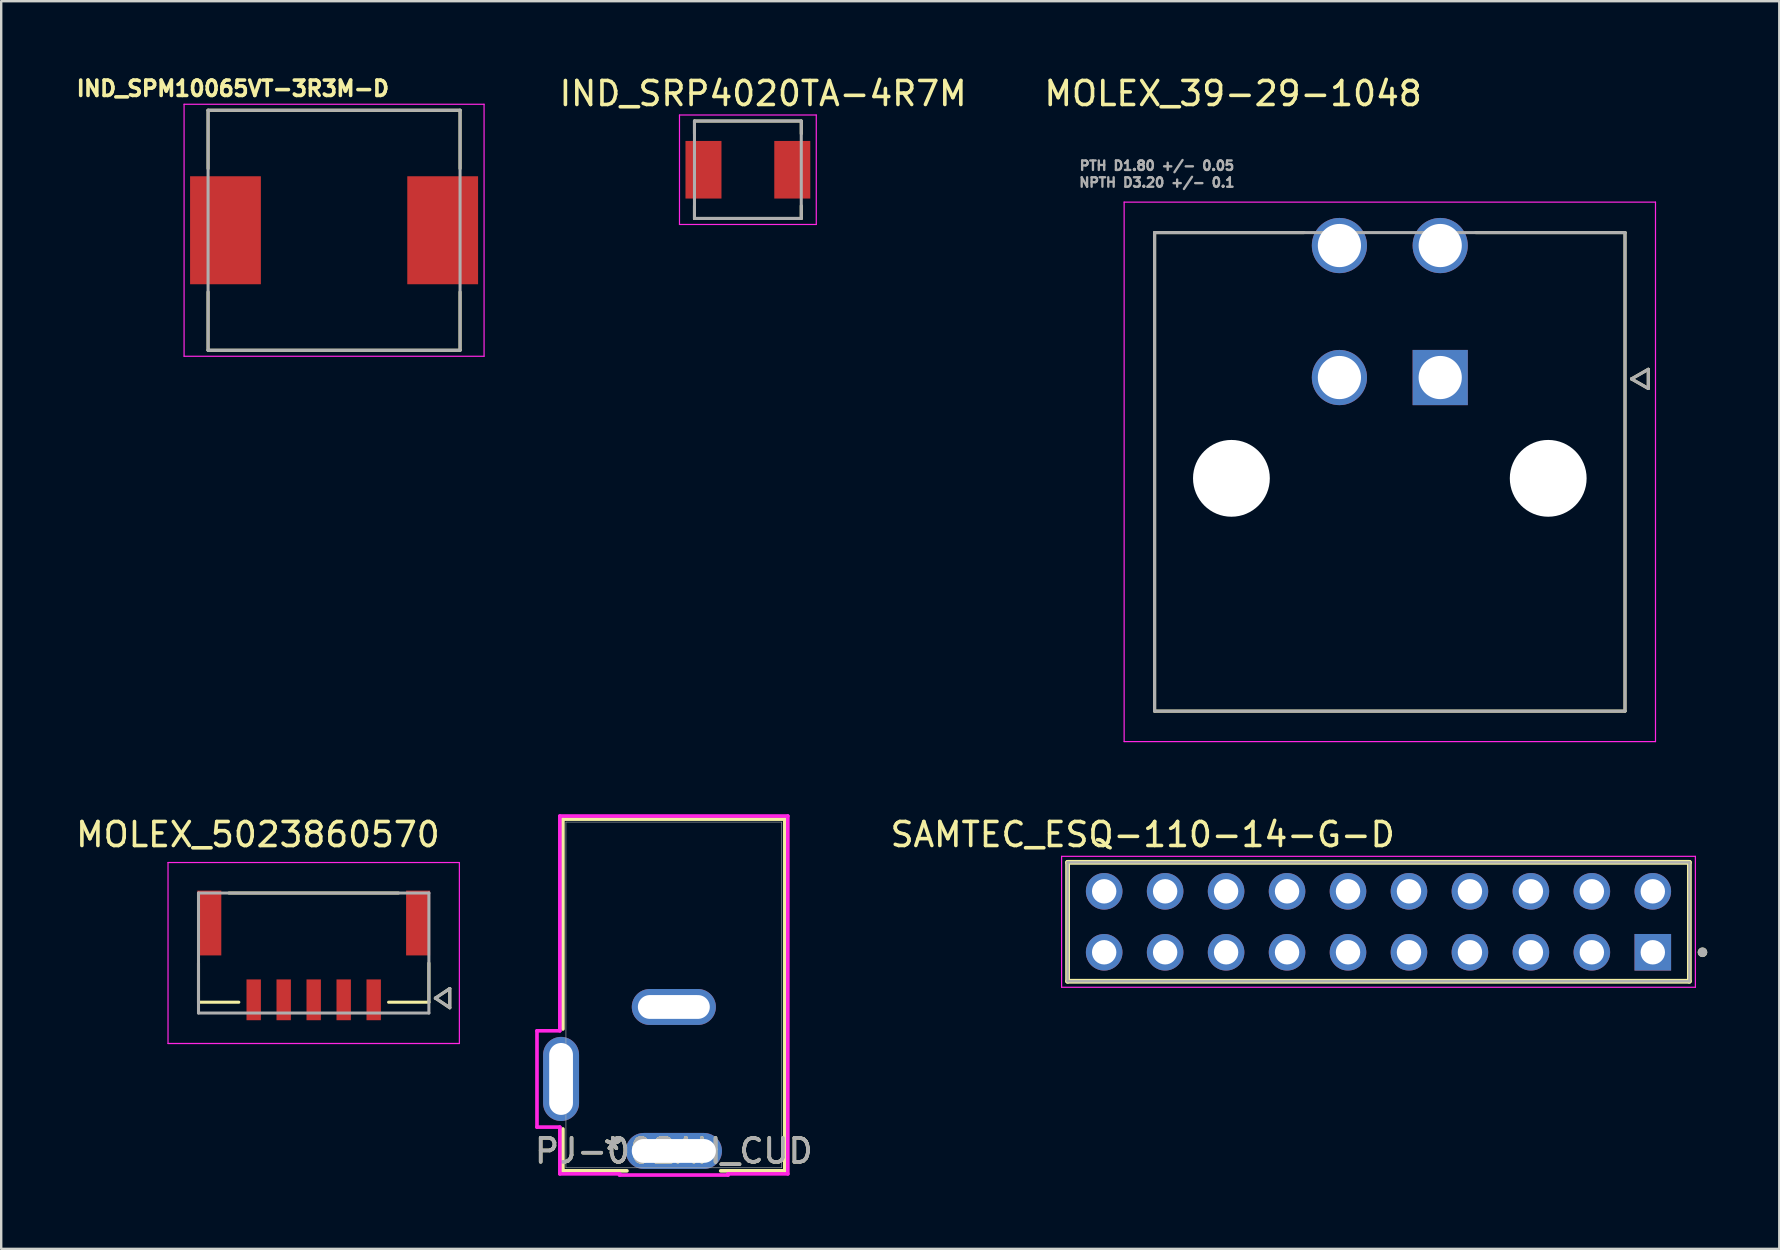
<source format=kicad_pcb>
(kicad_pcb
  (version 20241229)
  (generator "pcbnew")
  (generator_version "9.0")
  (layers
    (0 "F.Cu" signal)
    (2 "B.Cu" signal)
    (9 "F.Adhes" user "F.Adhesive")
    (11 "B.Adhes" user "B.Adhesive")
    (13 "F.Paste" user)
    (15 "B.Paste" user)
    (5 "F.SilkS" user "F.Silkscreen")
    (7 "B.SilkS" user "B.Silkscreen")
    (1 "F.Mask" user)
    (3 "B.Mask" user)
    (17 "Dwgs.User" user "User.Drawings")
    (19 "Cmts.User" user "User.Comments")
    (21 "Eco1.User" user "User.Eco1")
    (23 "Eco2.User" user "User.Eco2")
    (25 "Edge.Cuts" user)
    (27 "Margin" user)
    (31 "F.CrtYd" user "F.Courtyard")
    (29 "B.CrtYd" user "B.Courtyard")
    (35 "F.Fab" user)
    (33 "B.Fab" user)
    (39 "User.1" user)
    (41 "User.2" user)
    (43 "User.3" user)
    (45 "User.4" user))
  (footprint "IND_SRP4020TA-4R7M"
    (layer "F.Cu")
    (at 28.112 4.023)
    (property "Reference" "IND_SRP4020TA-4R7M" (at 0.635 -3.175 0) (layer "F.SilkS") (effects (font (size 1 1) (thickness 0.15))))
    (attr smd)
    (fp_line (start -2.225 -2.03) (end 2.225 -2.03) (stroke (width 0.127) (type solid)) (layer "F.SilkS"))
    (fp_line (start -2.225 -1.5) (end -2.225 -2.03) (stroke (width 0.127) (type solid)) (layer "F.SilkS"))
    (fp_line (start -2.225 2.03) (end -2.225 1.5) (stroke (width 0.127) (type solid)) (layer "F.SilkS"))
    (fp_line (start -2.225 2.03) (end 2.225 2.03) (stroke (width 0.127) (type solid)) (layer "F.SilkS"))
    (fp_line (start 2.225 -2.03) (end 2.225 -1.5) (stroke (width 0.127) (type solid)) (layer "F.SilkS"))
    (fp_line (start 2.225 2.03) (end 2.225 1.5) (stroke (width 0.127) (type solid)) (layer "F.SilkS"))
    (fp_line (start -2.85 -2.28) (end 2.85 -2.28) (stroke (width 0.05) (type solid)) (layer "F.CrtYd"))
    (fp_line (start -2.85 2.28) (end -2.85 -2.28) (stroke (width 0.05) (type solid)) (layer "F.CrtYd"))
    (fp_line (start 2.85 -2.28) (end 2.85 2.28) (stroke (width 0.05) (type solid)) (layer "F.CrtYd"))
    (fp_line (start 2.85 2.28) (end -2.85 2.28) (stroke (width 0.05) (type solid)) (layer "F.CrtYd"))
    (fp_line (start -2.225 -2.03) (end 2.225 -2.03) (stroke (width 0.127) (type solid)) (layer "F.Fab"))
    (fp_line (start -2.225 2.03) (end -2.225 -2.03) (stroke (width 0.127) (type solid)) (layer "F.Fab"))
    (fp_line (start 2.225 -2.03) (end 2.225 2.03) (stroke (width 0.127) (type solid)) (layer "F.Fab"))
    (fp_line (start 2.225 2.03) (end -2.225 2.03) (stroke (width 0.127) (type solid)) (layer "F.Fab"))
    (pad "1" smd rect (at -1.85 0) (size 1.5 2.4) (layers "F.Cu" "F.Mask" "F.Paste"))
    (pad "2" smd rect (at 1.85 0) (size 1.5 2.4) (layers "F.Cu" "F.Mask" "F.Paste")))
  (footprint "MOLEX_5023860570"
    (layer "F.Cu")
    (at 10.021 36.66)
    (property "Reference" "MOLEX_5023860570" (at -2.325 -4.935 0) (layer "F.SilkS") (effects (font (size 1 1) (thickness 0.15))))
    (attr smd)
    (fp_poly (pts (xy -4.926 -2.676) (xy -3.774 -2.676) (xy -3.774 0.176) (xy -4.926 0.176)) (stroke (width 0.01) (type solid)) (fill yes) (layer "F.Mask"))
    (fp_poly (pts (xy -2.876 1.024) (xy -2.124 1.024) (xy -2.124 2.876) (xy -2.876 2.876)) (stroke (width 0.01) (type solid)) (fill yes) (layer "F.Mask"))
    (fp_poly (pts (xy -1.626 1.024) (xy -0.874 1.024) (xy -0.874 2.876) (xy -1.626 2.876)) (stroke (width 0.01) (type solid)) (fill yes) (layer "F.Mask"))
    (fp_poly (pts (xy -0.376 1.024) (xy 0.376 1.024) (xy 0.376 2.876) (xy -0.376 2.876)) (stroke (width 0.01) (type solid)) (fill yes) (layer "F.Mask"))
    (fp_poly (pts (xy 0.874 1.024) (xy 1.626 1.024) (xy 1.626 2.876) (xy 0.874 2.876)) (stroke (width 0.01) (type solid)) (fill yes) (layer "F.Mask"))
    (fp_poly (pts (xy 2.124 1.024) (xy 2.876 1.024) (xy 2.876 2.876) (xy 2.124 2.876)) (stroke (width 0.01) (type solid)) (fill yes) (layer "F.Mask"))
    (fp_poly (pts (xy 3.774 -2.676) (xy 4.926 -2.676) (xy 4.926 0.176) (xy 3.774 0.176)) (stroke (width 0.01) (type solid)) (fill yes) (layer "F.Mask"))
    (fp_line (start -4.8 0.42) (end -4.8 2.05) (stroke (width 0.127) (type solid)) (layer "F.SilkS"))
    (fp_line (start -4.8 2.05) (end -3.12 2.05) (stroke (width 0.127) (type solid)) (layer "F.SilkS"))
    (fp_line (start 3.12 2.05) (end 4.8 2.05) (stroke (width 0.127) (type solid)) (layer "F.SilkS"))
    (fp_line (start 3.53 -2.5) (end -3.53 -2.5) (stroke (width 0.127) (type solid)) (layer "F.SilkS"))
    (fp_line (start 4.8 0.42) (end 4.8 2.05) (stroke (width 0.127) (type solid)) (layer "F.SilkS"))
    (fp_line (start 5.07 1.88) (end 5.67 2.28) (stroke (width 0.127) (type solid)) (layer "F.SilkS"))
    (fp_line (start 5.67 1.48) (end 5.07 1.88) (stroke (width 0.127) (type solid)) (layer "F.SilkS"))
    (fp_line (start 5.67 2.28) (end 5.67 1.48) (stroke (width 0.127) (type solid)) (layer "F.SilkS"))
    (fp_line (start -6.07 -3.77) (end -6.07 3.77) (stroke (width 0.05) (type solid)) (layer "F.CrtYd"))
    (fp_line (start -6.07 3.77) (end 6.07 3.77) (stroke (width 0.05) (type solid)) (layer "F.CrtYd"))
    (fp_line (start 6.07 -3.77) (end -6.07 -3.77) (stroke (width 0.05) (type solid)) (layer "F.CrtYd"))
    (fp_line (start 6.07 3.77) (end 6.07 -3.77) (stroke (width 0.05) (type solid)) (layer "F.CrtYd"))
    (fp_line (start -4.8 -2.5) (end -4.8 2.5) (stroke (width 0.127) (type solid)) (layer "F.Fab"))
    (fp_line (start -4.8 2.5) (end 4.8 2.5) (stroke (width 0.127) (type solid)) (layer "F.Fab"))
    (fp_line (start 4.8 -2.5) (end -4.8 -2.5) (stroke (width 0.127) (type solid)) (layer "F.Fab"))
    (fp_line (start 4.8 2.5) (end 4.8 -2.5) (stroke (width 0.127) (type solid)) (layer "F.Fab"))
    (fp_line (start 5.07 1.88) (end 5.67 2.28) (stroke (width 0.127) (type solid)) (layer "F.Fab"))
    (fp_line (start 5.67 1.48) (end 5.07 1.88) (stroke (width 0.127) (type solid)) (layer "F.Fab"))
    (fp_line (start 5.67 2.28) (end 5.67 1.48) (stroke (width 0.127) (type solid)) (layer "F.Fab"))
    (pad "1" smd rect (at 2.5 1.95) (size 0.6 1.7) (layers "F.Cu" "F.Paste"))
    (pad "2" smd rect (at 1.25 1.95) (size 0.6 1.7) (layers "F.Cu" "F.Paste"))
    (pad "3" smd rect (at 0 1.95) (size 0.6 1.7) (layers "F.Cu" "F.Paste"))
    (pad "4" smd rect (at -1.25 1.95) (size 0.6 1.7) (layers "F.Cu" "F.Paste"))
    (pad "5" smd rect (at -2.5 1.95) (size 0.6 1.7) (layers "F.Cu" "F.Paste"))
    (pad "S1" smd rect (at 4.35 -1.25) (size 1 2.7) (layers "F.Cu" "F.Paste"))
    (pad "S2" smd rect (at -4.35 -1.25) (size 1 2.7) (layers "F.Cu" "F.Paste")))
  (footprint "SAMTEC_ESQ-110-14-G-D"
    (layer "F.Cu")
    (at 54.388 35.359)
    (property "Reference" "SAMTEC_ESQ-110-14-G-D" (at -9.825 -3.635 0) (layer "F.SilkS") (effects (font (size 1 1) (thickness 0.15))))
    (attr through_hole)
    (fp_line (start -12.954 -2.477) (end 12.954 -2.477) (stroke (width 0.2) (type solid)) (layer "F.SilkS"))
    (fp_line (start -12.954 2.477) (end -12.954 -2.477) (stroke (width 0.2) (type solid)) (layer "F.SilkS"))
    (fp_line (start 12.954 -2.477) (end 12.954 2.477) (stroke (width 0.2) (type solid)) (layer "F.SilkS"))
    (fp_line (start 12.954 2.477) (end -12.954 2.477) (stroke (width 0.2) (type solid)) (layer "F.SilkS"))
    (fp_circle (center 13.5 1.27) (end 13.6 1.27) (stroke (width 0.2) (type solid)) (fill no) (layer "F.SilkS"))
    (fp_line (start -13.204 -2.727) (end -13.204 2.727) (stroke (width 0.05) (type solid)) (layer "F.CrtYd"))
    (fp_line (start -13.204 2.727) (end 13.204 2.727) (stroke (width 0.05) (type solid)) (layer "F.CrtYd"))
    (fp_line (start 13.204 -2.727) (end -13.204 -2.727) (stroke (width 0.05) (type solid)) (layer "F.CrtYd"))
    (fp_line (start 13.204 2.727) (end 13.204 -2.727) (stroke (width 0.05) (type solid)) (layer "F.CrtYd"))
    (fp_line (start -12.954 -2.477) (end 12.954 -2.477) (stroke (width 0.1) (type solid)) (layer "F.Fab"))
    (fp_line (start -12.954 2.477) (end -12.954 -2.477) (stroke (width 0.1) (type solid)) (layer "F.Fab"))
    (fp_line (start 12.954 -2.477) (end 12.954 2.477) (stroke (width 0.1) (type solid)) (layer "F.Fab"))
    (fp_line (start 12.954 2.477) (end -12.954 2.477) (stroke (width 0.1) (type solid)) (layer "F.Fab"))
    (fp_circle (center 13.5 1.27) (end 13.6 1.27) (stroke (width 0.2) (type solid)) (fill no) (layer "F.Fab"))
    (pad "01" thru_hole rect (at 11.43 1.27) (size 1.524 1.524) (drill 1.016) (layers "*.Cu" "*.Mask"))
    (pad "02" thru_hole circle (at 11.43 -1.27) (size 1.524 1.524) (drill 1.016) (layers "*.Cu" "*.Mask"))
    (pad "03" thru_hole circle (at 8.89 1.27) (size 1.524 1.524) (drill 1.016) (layers "*.Cu" "*.Mask"))
    (pad "04" thru_hole circle (at 8.89 -1.27) (size 1.524 1.524) (drill 1.016) (layers "*.Cu" "*.Mask"))
    (pad "05" thru_hole circle (at 6.35 1.27) (size 1.524 1.524) (drill 1.016) (layers "*.Cu" "*.Mask"))
    (pad "06" thru_hole circle (at 6.35 -1.27) (size 1.524 1.524) (drill 1.016) (layers "*.Cu" "*.Mask"))
    (pad "07" thru_hole circle (at 3.81 1.27) (size 1.524 1.524) (drill 1.016) (layers "*.Cu" "*.Mask"))
    (pad "08" thru_hole circle (at 3.81 -1.27) (size 1.524 1.524) (drill 1.016) (layers "*.Cu" "*.Mask"))
    (pad "09" thru_hole circle (at 1.27 1.27) (size 1.524 1.524) (drill 1.016) (layers "*.Cu" "*.Mask"))
    (pad "10" thru_hole circle (at 1.27 -1.27) (size 1.524 1.524) (drill 1.016) (layers "*.Cu" "*.Mask"))
    (pad "11" thru_hole circle (at -1.27 1.27) (size 1.524 1.524) (drill 1.016) (layers "*.Cu" "*.Mask"))
    (pad "12" thru_hole circle (at -1.27 -1.27) (size 1.524 1.524) (drill 1.016) (layers "*.Cu" "*.Mask"))
    (pad "13" thru_hole circle (at -3.81 1.27) (size 1.524 1.524) (drill 1.016) (layers "*.Cu" "*.Mask"))
    (pad "14" thru_hole circle (at -3.81 -1.27) (size 1.524 1.524) (drill 1.016) (layers "*.Cu" "*.Mask"))
    (pad "15" thru_hole circle (at -6.35 1.27) (size 1.524 1.524) (drill 1.016) (layers "*.Cu" "*.Mask"))
    (pad "16" thru_hole circle (at -6.35 -1.27) (size 1.524 1.524) (drill 1.016) (layers "*.Cu" "*.Mask"))
    (pad "17" thru_hole circle (at -8.89 1.27) (size 1.524 1.524) (drill 1.016) (layers "*.Cu" "*.Mask"))
    (pad "18" thru_hole circle (at -8.89 -1.27) (size 1.524 1.524) (drill 1.016) (layers "*.Cu" "*.Mask"))
    (pad "19" thru_hole circle (at -11.43 1.27) (size 1.524 1.524) (drill 1.016) (layers "*.Cu" "*.Mask"))
    (pad "20" thru_hole circle (at -11.43 -1.27) (size 1.524 1.524) (drill 1.016) (layers "*.Cu" "*.Mask")))
  (footprint "IND_SPM10065VT-3R3M-D"
    (layer "F.Cu")
    (at 10.87 6.544)
    (property "Reference" "IND_SPM10065VT-3R3M-D" (at -4.218 -5.906 0) (layer "F.SilkS") (effects (font (size 0.64 0.64) (thickness 0.15))))
    (attr smd)
    (fp_line (start -5.25 -5) (end -5.25 -2.57) (stroke (width 0.127) (type solid)) (layer "F.SilkS"))
    (fp_line (start -5.25 -5) (end 5.25 -5) (stroke (width 0.127) (type solid)) (layer "F.SilkS"))
    (fp_line (start -5.25 5) (end -5.25 2.57) (stroke (width 0.127) (type solid)) (layer "F.SilkS"))
    (fp_line (start -5.25 5) (end 5.25 5) (stroke (width 0.127) (type solid)) (layer "F.SilkS"))
    (fp_line (start 5.25 -5) (end 5.25 -2.57) (stroke (width 0.127) (type solid)) (layer "F.SilkS"))
    (fp_line (start 5.25 5) (end 5.25 2.57) (stroke (width 0.127) (type solid)) (layer "F.SilkS"))
    (fp_line (start -6.25 -5.25) (end -6.25 5.25) (stroke (width 0.05) (type solid)) (layer "F.CrtYd"))
    (fp_line (start -6.25 5.25) (end 6.25 5.25) (stroke (width 0.05) (type solid)) (layer "F.CrtYd"))
    (fp_line (start 6.25 -5.25) (end -6.25 -5.25) (stroke (width 0.05) (type solid)) (layer "F.CrtYd"))
    (fp_line (start 6.25 5.25) (end 6.25 -5.25) (stroke (width 0.05) (type solid)) (layer "F.CrtYd"))
    (fp_line (start -5.25 -5) (end -5.25 5) (stroke (width 0.127) (type solid)) (layer "F.Fab"))
    (fp_line (start -5.25 -5) (end 5.25 -5) (stroke (width 0.127) (type solid)) (layer "F.Fab"))
    (fp_line (start -5.25 5) (end 5.25 5) (stroke (width 0.127) (type solid)) (layer "F.Fab"))
    (fp_line (start 5.25 -5) (end 5.25 5) (stroke (width 0.127) (type solid)) (layer "F.Fab"))
    (pad "1" smd rect (at -4.525 0) (size 2.95 4.5) (layers "F.Cu" "F.Mask" "F.Paste"))
    (pad "2" smd rect (at 4.525 0) (size 2.95 4.5) (layers "F.Cu" "F.Mask" "F.Paste")))
  (footprint "PJ-002AH_CUD"
    (layer "F.Cu")
    (at 25.027 44.907)
    (property "Reference" "PJ-002AH_CUD" (at 0 0 0) (unlocked yes) (layer "F.SilkS") (effects (font (size 1 1) (thickness 0.15))))
    (attr through_hole)
    (fp_line (start -4.623 -13.828) (end -4.623 -5.082) (stroke (width 0.152) (type solid)) (layer "F.SilkS"))
    (fp_line (start -4.623 -0.917) (end -4.623 0.828) (stroke (width 0.152) (type solid)) (layer "F.SilkS"))
    (fp_line (start -4.623 0.828) (end -1.954 0.828) (stroke (width 0.152) (type solid)) (layer "F.SilkS"))
    (fp_line (start 1.954 0.828) (end 4.623 0.828) (stroke (width 0.152) (type solid)) (layer "F.SilkS"))
    (fp_line (start 4.623 -13.828) (end -4.623 -13.828) (stroke (width 0.152) (type solid)) (layer "F.SilkS"))
    (fp_line (start 4.623 0.828) (end 4.623 -13.828) (stroke (width 0.152) (type solid)) (layer "F.SilkS"))
    (fp_line (start -5.702 -5.006) (end -5.702 -0.993) (stroke (width 0.152) (type solid)) (layer "F.CrtYd"))
    (fp_line (start -5.702 -0.993) (end -4.75 -0.993) (stroke (width 0.152) (type solid)) (layer "F.CrtYd"))
    (fp_line (start -4.75 -13.955) (end -4.75 -5.006) (stroke (width 0.152) (type solid)) (layer "F.CrtYd"))
    (fp_line (start -4.75 -5.006) (end -5.702 -5.006) (stroke (width 0.152) (type solid)) (layer "F.CrtYd"))
    (fp_line (start -4.75 -0.993) (end -4.75 0.955) (stroke (width 0.152) (type solid)) (layer "F.CrtYd"))
    (fp_line (start -4.75 0.955) (end -2.261 0.955) (stroke (width 0.152) (type solid)) (layer "F.CrtYd"))
    (fp_line (start -2.261 0.955) (end -2.261 1.003) (stroke (width 0.152) (type solid)) (layer "F.CrtYd"))
    (fp_line (start -2.261 1.003) (end 2.261 1.003) (stroke (width 0.152) (type solid)) (layer "F.CrtYd"))
    (fp_line (start 2.261 0.955) (end 4.75 0.955) (stroke (width 0.152) (type solid)) (layer "F.CrtYd"))
    (fp_line (start 2.261 1.003) (end 2.261 0.955) (stroke (width 0.152) (type solid)) (layer "F.CrtYd"))
    (fp_line (start 4.75 -13.955) (end -4.75 -13.955) (stroke (width 0.152) (type solid)) (layer "F.CrtYd"))
    (fp_line (start 4.75 0.955) (end 4.75 -13.955) (stroke (width 0.152) (type solid)) (layer "F.CrtYd"))
    (fp_line (start -4.902 -4.244) (end -4.496 -4.244) (stroke (width 0.025) (type solid)) (layer "F.Fab"))
    (fp_line (start -4.902 -1.755) (end -4.902 -4.244) (stroke (width 0.025) (type solid)) (layer "F.Fab"))
    (fp_line (start -4.902 -1.755) (end -4.496 -1.755) (stroke (width 0.025) (type solid)) (layer "F.Fab"))
    (fp_line (start -4.496 -13.701) (end -4.496 0.701) (stroke (width 0.025) (type solid)) (layer "F.Fab"))
    (fp_line (start -4.496 0.701) (end 4.496 0.701) (stroke (width 0.025) (type solid)) (layer "F.Fab"))
    (fp_line (start 4.496 -13.701) (end -4.496 -13.701) (stroke (width 0.025) (type solid)) (layer "F.Fab"))
    (fp_line (start 4.496 0.701) (end 4.496 -13.701) (stroke (width 0.025) (type solid)) (layer "F.Fab"))
    (fp_text user "*" (at -2.54 0 0) (layer "F.SilkS") (effects (font (size 1 1) (thickness 0.15))))
    (fp_text user "*" (at -2.54 0 0) (unlocked yes) (layer "F.SilkS") (effects (font (size 1 1) (thickness 0.15))))
    (fp_text user "*" (at -2.54 0 0) (unlocked yes) (layer "F.Fab") (effects (font (size 1 1) (thickness 0.15))))
    (fp_text user "*" (at -2.54 0 0) (layer "F.Fab") (effects (font (size 1 1) (thickness 0.15))))
    (fp_text user "${REFERENCE}" (at 0 0 0) (unlocked yes) (layer "F.Fab") (effects (font (size 1 1) (thickness 0.15))))
    (pad "" np_thru_hole oval (at -4.699 -3) (size 1.499 3.505) (drill oval 0.991 2.997) (layers "*.Cu" "*.Mask"))
    (pad "" np_thru_hole oval (at 0 -5.999) (size 3.505 1.499) (drill oval 2.997 0.991) (layers "*.Cu" "*.Mask"))
    (pad "" np_thru_hole oval (at 0 0) (size 4.013 1.499) (drill oval 3.505 0.991) (layers "*.Cu" "*.Mask")))
  (footprint "MOLEX_39-29-1048"
    (layer "F.Cu")
    (at 56.96 12.681)
    (property "Reference" "MOLEX_39-29-1048" (at -8.63 -11.833 0) (layer "F.SilkS") (effects (font (size 1 1) (thickness 0.15))))
    (attr through_hole)
    (fp_circle (center -8.7 4.2) (end -7.862 4.2) (stroke (width 1.676) (type solid)) (fill no) (layer "F.Mask"))
    (fp_circle (center -4.2 -5.5) (end -3.587 -5.5) (stroke (width 1.226) (type solid)) (fill no) (layer "F.Mask"))
    (fp_circle (center -4.2 0) (end -3.587 0) (stroke (width 1.226) (type solid)) (fill no) (layer "F.Mask"))
    (fp_circle (center 0 -5.5) (end 0.613 -5.5) (stroke (width 1.226) (type solid)) (fill no) (layer "F.Mask"))
    (fp_circle (center 4.5 4.2) (end 5.338 4.2) (stroke (width 1.676) (type solid)) (fill no) (layer "F.Mask"))
    (fp_poly (pts (xy -1.226 -1.226) (xy 1.226 -1.226) (xy 1.226 1.226) (xy -1.226 1.226)) (stroke (width 0.01) (type solid)) (fill yes) (layer "F.Mask"))
    (fp_circle (center -8.7 4.2) (end -7.862 4.2) (stroke (width 1.676) (type solid)) (fill no) (layer "B.Mask"))
    (fp_circle (center -4.2 -5.5) (end -3.587 -5.5) (stroke (width 1.226) (type solid)) (fill no) (layer "B.Mask"))
    (fp_circle (center -4.2 0) (end -3.587 0) (stroke (width 1.226) (type solid)) (fill no) (layer "B.Mask"))
    (fp_circle (center 0 -5.5) (end 0.613 -5.5) (stroke (width 1.226) (type solid)) (fill no) (layer "B.Mask"))
    (fp_circle (center 4.5 4.2) (end 5.338 4.2) (stroke (width 1.676) (type solid)) (fill no) (layer "B.Mask"))
    (fp_poly (pts (xy -1.226 -1.226) (xy 1.226 -1.226) (xy 1.226 1.226) (xy -1.226 1.226)) (stroke (width 0.01) (type solid)) (fill yes) (layer "B.Mask"))
    (fp_line (start -11.9 -6.04) (end -5.676 -6.04) (stroke (width 0.127) (type solid)) (layer "F.SilkS"))
    (fp_line (start -11.9 13.9) (end -11.9 -6.04) (stroke (width 0.127) (type solid)) (layer "F.SilkS"))
    (fp_line (start 7.7 -6.04) (end 1.476 -6.04) (stroke (width 0.127) (type solid)) (layer "F.SilkS"))
    (fp_line (start 7.7 -6.04) (end 7.7 13.9) (stroke (width 0.127) (type solid)) (layer "F.SilkS"))
    (fp_line (start 7.7 13.9) (end -11.9 13.9) (stroke (width 0.127) (type solid)) (layer "F.SilkS"))
    (fp_line (start 7.97 0.057) (end 8.67 0.457) (stroke (width 0.127) (type solid)) (layer "F.SilkS"))
    (fp_line (start 8.67 -0.343) (end 7.97 0.057) (stroke (width 0.127) (type solid)) (layer "F.SilkS"))
    (fp_line (start 8.67 0.457) (end 8.67 -0.343) (stroke (width 0.127) (type solid)) (layer "F.SilkS"))
    (fp_line (start -13.17 -7.31) (end 8.97 -7.31) (stroke (width 0.05) (type solid)) (layer "F.CrtYd"))
    (fp_line (start -13.17 15.17) (end -13.17 -7.31) (stroke (width 0.05) (type solid)) (layer "F.CrtYd"))
    (fp_line (start 8.97 -7.31) (end 8.97 15.17) (stroke (width 0.05) (type solid)) (layer "F.CrtYd"))
    (fp_line (start 8.97 15.17) (end -13.17 15.17) (stroke (width 0.05) (type solid)) (layer "F.CrtYd"))
    (fp_line (start -11.9 -6.04) (end 7.7 -6.04) (stroke (width 0.127) (type solid)) (layer "F.Fab"))
    (fp_line (start -11.9 13.9) (end -11.9 -6.04) (stroke (width 0.127) (type solid)) (layer "F.Fab"))
    (fp_line (start 7.7 -6.04) (end 7.7 13.9) (stroke (width 0.127) (type solid)) (layer "F.Fab"))
    (fp_line (start 7.7 13.9) (end -11.9 13.9) (stroke (width 0.127) (type solid)) (layer "F.Fab"))
    (fp_line (start 7.97 0.057) (end 8.67 0.457) (stroke (width 0.127) (type solid)) (layer "F.Fab"))
    (fp_line (start 8.67 -0.343) (end 7.97 0.057) (stroke (width 0.127) (type solid)) (layer "F.Fab"))
    (fp_line (start 8.67 0.457) (end 8.67 -0.343) (stroke (width 0.127) (type solid)) (layer "F.Fab"))
    (fp_text user "NPTH D3.20 +/- 0.1" (at -11.805 -8.128 0) (layer "F.Fab") (effects (font (size 0.394 0.394) (thickness 0.15))))
    (fp_text user "PTH D1.80 +/- 0.05" (at -11.805 -8.828 0) (layer "F.Fab") (effects (font (size 0.394 0.394) (thickness 0.15))))
    (pad "" np_thru_hole circle (at -8.7 4.2) (size 3.2 3.2) (drill 3.2) (layers "*.Cu" "*.Mask"))
    (pad "" np_thru_hole circle (at 4.5 4.2) (size 3.2 3.2) (drill 3.2) (layers "*.Cu" "*.Mask"))
    (pad "1" thru_hole rect (at 0 0) (size 2.3 2.3) (drill 1.8) (layers "*.Cu"))
    (pad "2" thru_hole circle (at -4.2 0) (size 2.3 2.3) (drill 1.8) (layers "*.Cu"))
    (pad "3" thru_hole circle (at 0 -5.5) (size 2.3 2.3) (drill 1.8) (layers "*.Cu"))
    (pad "4" thru_hole circle (at -4.2 -5.5) (size 2.3 2.3) (drill 1.8) (layers "*.Cu")))
  (gr_rect
    (start -3 -3)
    (end 71.088 48.987)
    (stroke (width 0.1) (type default))
    (fill no)
    (layer "Edge.Cuts")))
</source>
